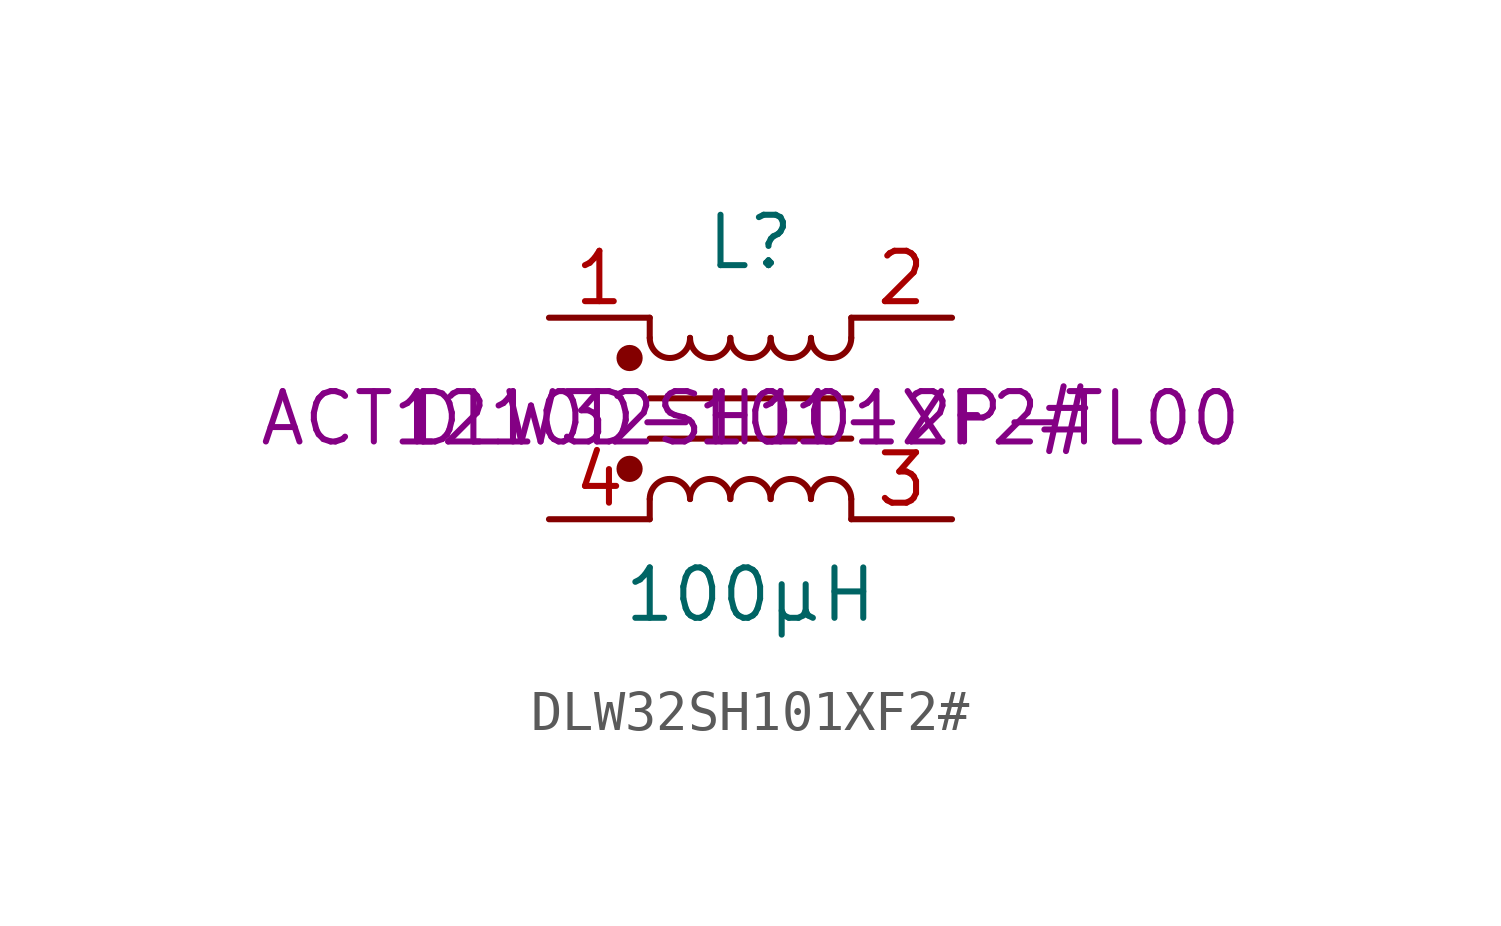
<source format=kicad_sym>
(kicad_symbol_lib
  (version 20220914)
  (generator kicad_symbol_editor)
  (symbol "DLW32SH101XF2#"
    (pin_names
      (offset 0.254) hide)
    (property "Reference" "L"
      (at 0 4.445 0)
      (effects (font (size 1.27 1.27))))
    (property "Value" "100μH"
      (at 0 -4.445 0)
      (effects (font (size 1.27 1.27))))
    (property "Mpn1" "DLW32SH101XF2#"
      (at 0 0 0)
      (effects (font (size 1.27 1.27))))
    (property "Mpn2" "ACT1210D-101-2P-TL00"
      (at 0 0 0)
      (effects (font (size 1.27 1.27))))
    (symbol "DLW32SH101XF2#_0_1"
      (circle (center -3.048 -1.27) (radius 0.254) (stroke (width 0) (type default)) (fill (type outline)))
      (circle (center -3.048 1.524) (radius 0.254) (stroke (width 0) (type default)) (fill (type outline)))
      (arc (start -2.54 2.032) (mid -2.032 1.5262) (end -1.524 2.032) (stroke (width 0) (type default)) (fill (type none)))
      (arc (start -1.524 -2.032) (mid -2.032 -1.5262) (end -2.54 -2.032) (stroke (width 0) (type default)) (fill (type none)))
      (arc (start -1.524 2.032) (mid -1.016 1.5262) (end -0.508 2.032) (stroke (width 0) (type default)) (fill (type none)))
      (arc (start -0.508 -2.032) (mid -1.016 -1.5262) (end -1.524 -2.032) (stroke (width 0) (type default)) (fill (type none)))
      (arc (start -0.508 2.032) (mid 0 1.5262) (end 0.508 2.032) (stroke (width 0) (type default)) (fill (type none)))
      (polyline (pts (xy -2.54 -2.032) (xy -2.54 -2.54)) (stroke (width 0) (type default)) (fill (type none)))
      (polyline (pts (xy -2.54 0.508) (xy 2.54 0.508)) (stroke (width 0) (type default)) (fill (type none)))
      (polyline (pts (xy -2.54 2.032) (xy -2.54 2.54)) (stroke (width 0) (type default)) (fill (type none)))
      (polyline (pts (xy 2.54 -2.032) (xy 2.54 -2.54)) (stroke (width 0) (type default)) (fill (type none)))
      (polyline (pts (xy 2.54 -0.508) (xy -2.54 -0.508)) (stroke (width 0) (type default)) (fill (type none)))
      (polyline (pts (xy 2.54 2.54) (xy 2.54 2.032)) (stroke (width 0) (type default)) (fill (type none)))
      (arc (start 0.508 -2.032) (mid 0 -1.5262) (end -0.508 -2.032) (stroke (width 0) (type default)) (fill (type none)))
      (arc (start 0.508 2.032) (mid 1.016 1.5262) (end 1.524 2.032) (stroke (width 0) (type default)) (fill (type none)))
      (arc (start 1.524 -2.032) (mid 1.016 -1.5262) (end 0.508 -2.032) (stroke (width 0) (type default)) (fill (type none)))
      (arc (start 1.524 2.032) (mid 2.032 1.5262) (end 2.54 2.032) (stroke (width 0) (type default)) (fill (type none)))
      (arc (start 2.54 -2.032) (mid 2.032 -1.5262) (end 1.524 -2.032) (stroke (width 0) (type default)) (fill (type none))))
    (symbol "DLW32SH101XF2#_1_1"
      (pin passive line (at -5.08 2.54 0) (length 2.54) (name "1" (effects (font (size 1.27 1.27)))) (number "1" (effects (font (size 1.27 1.27)))))
      (pin passive line (at 5.08 2.54 180) (length 2.54) (name "2" (effects (font (size 1.27 1.27)))) (number "2" (effects (font (size 1.27 1.27)))))
      (pin passive line (at 5.08 -2.54 180) (length 2.54) (name "3" (effects (font (size 1.27 1.27)))) (number "3" (effects (font (size 1.27 1.27)))))
      (pin passive line (at -5.08 -2.54 0) (length 2.54) (name "4" (effects (font (size 1.27 1.27)))) (number "4" (effects (font (size 1.27 1.27))))))))
</source>
